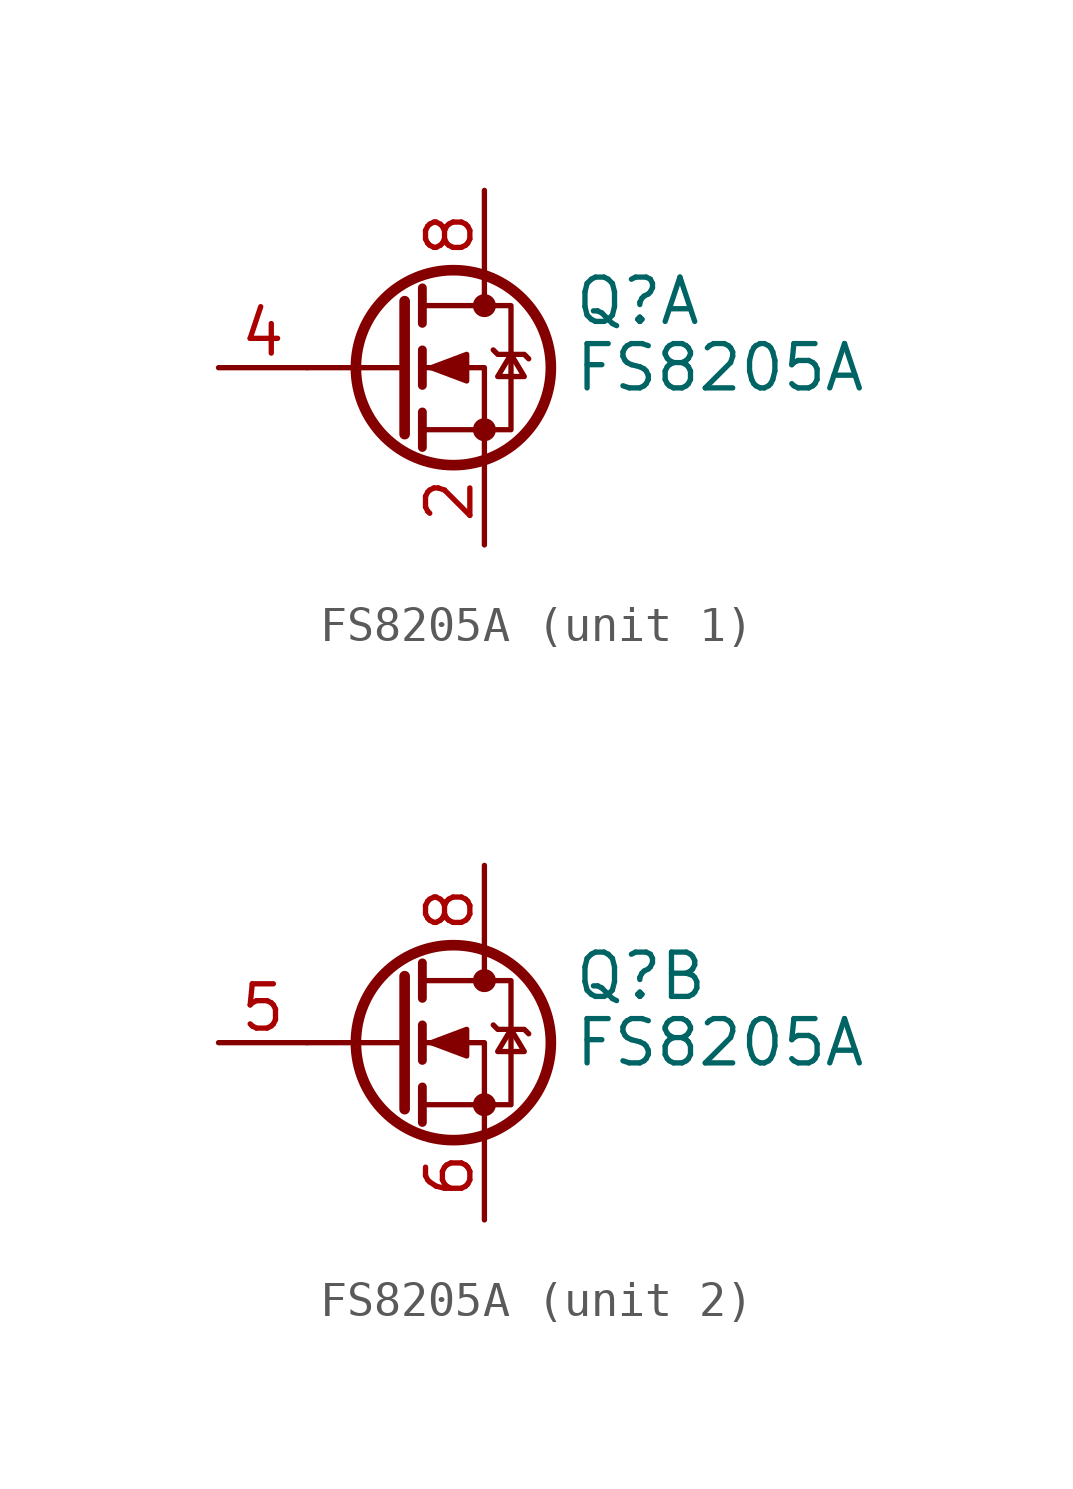
<source format=kicad_sym>
(kicad_symbol_lib
  (version 20220914)
  (generator kicad_symbol_editor)
  (symbol "FS8205A"
    (pin_names
      (offset 1.016) hide)
    (property "Reference" "Q"
      (at 5.08 1.905 0)
      (effects (font (size 1.27 1.27)) (justify left)))
    (property "Value" "FS8205A"
      (at 5.08 0 0)
      (effects (font (size 1.27 1.27)) (justify left)))
    (symbol "FS8205A_0_1"
      (polyline (pts (xy 0.254 0) (xy -2.54 0)) (stroke (width 0) (type default)) (fill (type none)))
      (polyline (pts (xy 0.254 1.905) (xy 0.254 -1.905)) (stroke (width 0.305) (type default)) (fill (type none)))
      (polyline (pts (xy 0.762 -1.27) (xy 0.762 -2.286)) (stroke (width 0.254) (type default)) (fill (type none)))
      (polyline (pts (xy 0.762 0.508) (xy 0.762 -0.508)) (stroke (width 0.254) (type default)) (fill (type none)))
      (polyline (pts (xy 0.762 2.286) (xy 0.762 1.27)) (stroke (width 0.254) (type default)) (fill (type none)))
      (polyline (pts (xy 2.54 2.54) (xy 2.54 1.778)) (stroke (width 0) (type default)) (fill (type none)))
      (polyline (pts (xy 2.54 -2.54) (xy 2.54 0) (xy 0.762 0)) (stroke (width 0) (type default)) (fill (type none)))
      (polyline (pts (xy 0.762 -1.778) (xy 3.302 -1.778) (xy 3.302 1.778) (xy 0.762 1.778)) (stroke (width 0) (type default)) (fill (type none)))
      (polyline (pts (xy 1.016 0) (xy 2.032 0.381) (xy 2.032 -0.381) (xy 1.016 0)) (stroke (width 0) (type default)) (fill (type outline)))
      (polyline (pts (xy 2.794 0.508) (xy 2.921 0.381) (xy 3.683 0.381) (xy 3.81 0.254)) (stroke (width 0) (type default)) (fill (type none)))
      (polyline (pts (xy 3.302 0.381) (xy 2.921 -0.254) (xy 3.683 -0.254) (xy 3.302 0.381)) (stroke (width 0) (type default)) (fill (type none)))
      (circle (center 1.651 0) (radius 2.794) (stroke (width 0.305) (type default)) (fill (type none)))
      (circle (center 2.54 -1.778) (radius 0.254) (stroke (width 0) (type default)) (fill (type outline)))
      (circle (center 2.54 1.778) (radius 0.254) (stroke (width 0) (type default)) (fill (type outline))))
    (symbol "FS8205A_1_1"
      (pin passive line (at 2.54 5.08 270) (length 2.54) hide (name "D" (effects (font (size 1.27 1.27)))) (number "1" (effects (font (size 1.27 1.27)))))
      (pin passive line (at 2.54 -5.08 90) (length 2.54) (name "S" (effects (font (size 1.27 1.27)))) (number "2" (effects (font (size 1.27 1.27)))))
      (pin passive line (at 2.54 -5.08 90) (length 2.54) hide (name "S" (effects (font (size 1.27 1.27)))) (number "3" (effects (font (size 1.27 1.27)))))
      (pin input line (at -5.08 0 0) (length 2.54) (name "G" (effects (font (size 1.27 1.27)))) (number "4" (effects (font (size 1.27 1.27)))))
      (pin passive line (at 2.54 5.08 270) (length 2.54) (name "D" (effects (font (size 1.27 1.27)))) (number "8" (effects (font (size 1.27 1.27))))))
    (symbol "FS8205A_2_1"
      (pin passive line (at 2.54 5.08 270) (length 2.54) hide (name "D" (effects (font (size 1.27 1.27)))) (number "1" (effects (font (size 1.27 1.27)))))
      (pin input line (at -5.08 0 0) (length 2.54) (name "G" (effects (font (size 1.27 1.27)))) (number "5" (effects (font (size 1.27 1.27)))))
      (pin passive line (at 2.54 -5.08 90) (length 2.54) (name "S" (effects (font (size 1.27 1.27)))) (number "6" (effects (font (size 1.27 1.27)))))
      (pin passive line (at 2.54 -5.08 90) (length 2.54) hide (name "S" (effects (font (size 1.27 1.27)))) (number "7" (effects (font (size 1.27 1.27)))))
      (pin passive line (at 2.54 5.08 270) (length 2.54) (name "D" (effects (font (size 1.27 1.27)))) (number "8" (effects (font (size 1.27 1.27))))))))
</source>
